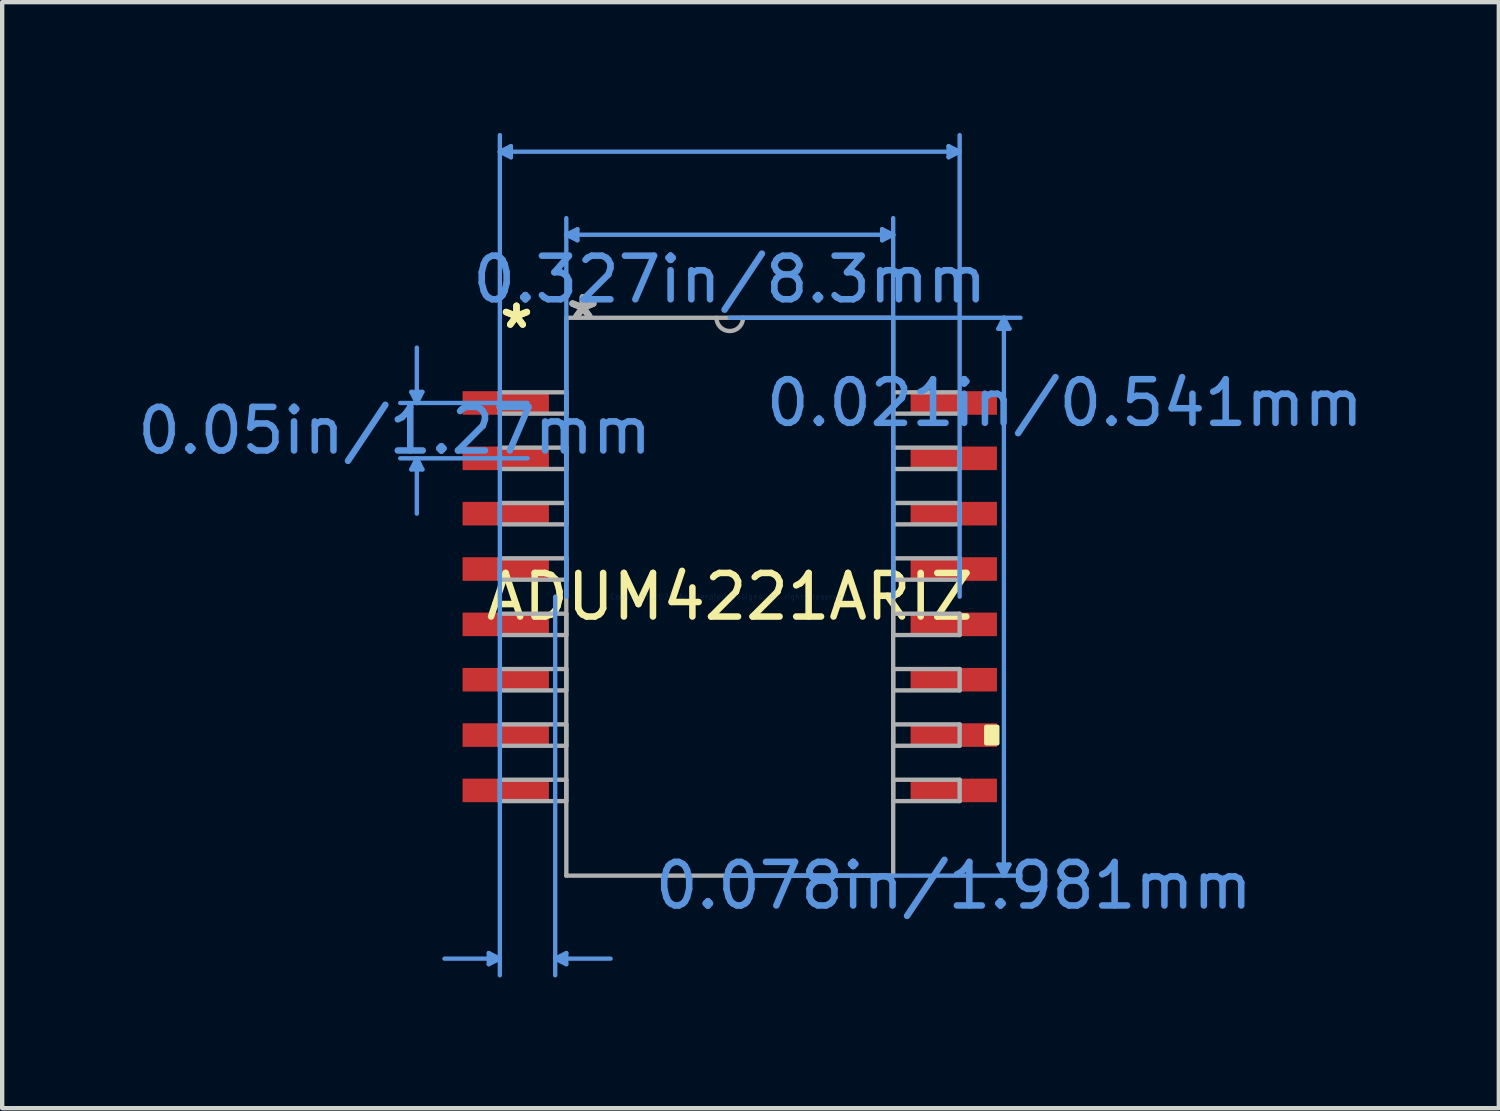
<source format=kicad_pcb>
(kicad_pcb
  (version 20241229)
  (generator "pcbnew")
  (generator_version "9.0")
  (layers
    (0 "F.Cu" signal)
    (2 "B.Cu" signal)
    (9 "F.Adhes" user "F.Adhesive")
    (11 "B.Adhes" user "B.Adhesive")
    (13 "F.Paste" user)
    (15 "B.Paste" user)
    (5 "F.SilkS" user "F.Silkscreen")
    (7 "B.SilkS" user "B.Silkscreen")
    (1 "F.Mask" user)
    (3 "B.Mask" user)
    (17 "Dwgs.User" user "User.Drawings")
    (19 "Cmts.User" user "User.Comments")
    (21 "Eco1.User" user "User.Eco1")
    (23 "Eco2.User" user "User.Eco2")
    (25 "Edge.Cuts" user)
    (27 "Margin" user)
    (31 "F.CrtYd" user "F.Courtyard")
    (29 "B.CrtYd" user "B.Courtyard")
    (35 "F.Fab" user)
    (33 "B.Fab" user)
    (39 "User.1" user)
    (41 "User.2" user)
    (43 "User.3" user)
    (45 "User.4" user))
  (footprint "ADUM4221ARIZ"
    (layer "F.Cu")
    (at 13.694 10.641)
    (property "Reference" "ADUM4221ARIZ" (at 0 0 0) (layer "F.SilkS") (effects (font (size 1 1) (thickness 0.15))))
    (attr through_hole)
    (fp_poly (pts (xy 6.139 2.985) (xy 6.139 3.365) (xy 5.885 3.365) (xy 5.885 2.985)) (stroke (width 0.1) (type solid)) (fill yes) (layer "F.SilkS"))
    (fp_line (start -7.307 -4.699) (end -7.053 -4.699) (stroke (width 0.1) (type solid)) (layer "Cmts.User"))
    (fp_line (start -7.307 -2.921) (end -7.053 -2.921) (stroke (width 0.1) (type solid)) (layer "Cmts.User"))
    (fp_line (start -7.18 -4.445) (end -7.307 -4.699) (stroke (width 0.1) (type solid)) (layer "Cmts.User"))
    (fp_line (start -7.18 -4.445) (end -7.18 -5.715) (stroke (width 0.1) (type solid)) (layer "Cmts.User"))
    (fp_line (start -7.18 -4.445) (end -7.053 -4.699) (stroke (width 0.1) (type solid)) (layer "Cmts.User"))
    (fp_line (start -7.18 -3.175) (end -7.307 -2.921) (stroke (width 0.1) (type solid)) (layer "Cmts.User"))
    (fp_line (start -7.18 -3.175) (end -7.18 -1.905) (stroke (width 0.1) (type solid)) (layer "Cmts.User"))
    (fp_line (start -7.18 -3.175) (end -7.053 -2.921) (stroke (width 0.1) (type solid)) (layer "Cmts.User"))
    (fp_line (start -5.529 8.178) (end -5.529 8.432) (stroke (width 0.1) (type solid)) (layer "Cmts.User"))
    (fp_line (start -5.275 -10.21) (end -5.021 -10.337) (stroke (width 0.1) (type solid)) (layer "Cmts.User"))
    (fp_line (start -5.275 -10.21) (end -5.021 -10.083) (stroke (width 0.1) (type solid)) (layer "Cmts.User"))
    (fp_line (start -5.275 -10.21) (end 5.275 -10.21) (stroke (width 0.1) (type solid)) (layer "Cmts.User"))
    (fp_line (start -5.275 0) (end -5.275 -10.591) (stroke (width 0.1) (type solid)) (layer "Cmts.User"))
    (fp_line (start -5.275 0) (end -5.275 8.686) (stroke (width 0.1) (type solid)) (layer "Cmts.User"))
    (fp_line (start -5.275 8.305) (end -6.545 8.305) (stroke (width 0.1) (type solid)) (layer "Cmts.User"))
    (fp_line (start -5.275 8.305) (end -5.529 8.178) (stroke (width 0.1) (type solid)) (layer "Cmts.User"))
    (fp_line (start -5.275 8.305) (end -5.529 8.432) (stroke (width 0.1) (type solid)) (layer "Cmts.User"))
    (fp_line (start -5.021 -10.337) (end -5.021 -10.083) (stroke (width 0.1) (type solid)) (layer "Cmts.User"))
    (fp_line (start -4.64 -4.445) (end -7.561 -4.445) (stroke (width 0.1) (type solid)) (layer "Cmts.User"))
    (fp_line (start -4.64 -3.175) (end -7.561 -3.175) (stroke (width 0.1) (type solid)) (layer "Cmts.User"))
    (fp_line (start -4.005 0) (end -4.005 8.686) (stroke (width 0.1) (type solid)) (layer "Cmts.User"))
    (fp_line (start -4.005 8.305) (end -3.751 8.178) (stroke (width 0.1) (type solid)) (layer "Cmts.User"))
    (fp_line (start -4.005 8.305) (end -3.751 8.432) (stroke (width 0.1) (type solid)) (layer "Cmts.User"))
    (fp_line (start -4.005 8.305) (end -2.735 8.305) (stroke (width 0.1) (type solid)) (layer "Cmts.User"))
    (fp_line (start -3.751 8.178) (end -3.751 8.432) (stroke (width 0.1) (type solid)) (layer "Cmts.User"))
    (fp_line (start -3.75 -8.305) (end -3.496 -8.432) (stroke (width 0.1) (type solid)) (layer "Cmts.User"))
    (fp_line (start -3.75 -8.305) (end -3.496 -8.178) (stroke (width 0.1) (type solid)) (layer "Cmts.User"))
    (fp_line (start -3.75 -8.305) (end 3.75 -8.305) (stroke (width 0.1) (type solid)) (layer "Cmts.User"))
    (fp_line (start -3.75 0) (end -3.75 -8.686) (stroke (width 0.1) (type solid)) (layer "Cmts.User"))
    (fp_line (start -3.496 -8.432) (end -3.496 -8.178) (stroke (width 0.1) (type solid)) (layer "Cmts.User"))
    (fp_line (start 0 -6.4) (end 6.671 -6.4) (stroke (width 0.1) (type solid)) (layer "Cmts.User"))
    (fp_line (start 0 6.4) (end 6.671 6.4) (stroke (width 0.1) (type solid)) (layer "Cmts.User"))
    (fp_line (start 3.496 -8.432) (end 3.496 -8.178) (stroke (width 0.1) (type solid)) (layer "Cmts.User"))
    (fp_line (start 3.75 -8.305) (end 3.496 -8.432) (stroke (width 0.1) (type solid)) (layer "Cmts.User"))
    (fp_line (start 3.75 -8.305) (end 3.496 -8.178) (stroke (width 0.1) (type solid)) (layer "Cmts.User"))
    (fp_line (start 3.75 0) (end 3.75 -8.686) (stroke (width 0.1) (type solid)) (layer "Cmts.User"))
    (fp_line (start 5.021 -10.337) (end 5.021 -10.083) (stroke (width 0.1) (type solid)) (layer "Cmts.User"))
    (fp_line (start 5.275 -10.21) (end 5.021 -10.337) (stroke (width 0.1) (type solid)) (layer "Cmts.User"))
    (fp_line (start 5.275 -10.21) (end 5.021 -10.083) (stroke (width 0.1) (type solid)) (layer "Cmts.User"))
    (fp_line (start 5.275 0) (end 5.275 -10.591) (stroke (width 0.1) (type solid)) (layer "Cmts.User"))
    (fp_line (start 6.163 -6.146) (end 6.417 -6.146) (stroke (width 0.1) (type solid)) (layer "Cmts.User"))
    (fp_line (start 6.163 6.146) (end 6.417 6.146) (stroke (width 0.1) (type solid)) (layer "Cmts.User"))
    (fp_line (start 6.29 -6.4) (end 6.163 -6.146) (stroke (width 0.1) (type solid)) (layer "Cmts.User"))
    (fp_line (start 6.29 -6.4) (end 6.29 6.4) (stroke (width 0.1) (type solid)) (layer "Cmts.User"))
    (fp_line (start 6.29 -6.4) (end 6.417 -6.146) (stroke (width 0.1) (type solid)) (layer "Cmts.User"))
    (fp_line (start 6.29 6.4) (end 6.163 6.146) (stroke (width 0.1) (type solid)) (layer "Cmts.User"))
    (fp_line (start 6.29 6.4) (end 6.417 6.146) (stroke (width 0.1) (type solid)) (layer "Cmts.User"))
    (fp_line (start -5.275 -4.69) (end -5.275 -4.2) (stroke (width 0.1) (type solid)) (layer "F.Fab"))
    (fp_line (start -5.275 -4.2) (end -3.75 -4.2) (stroke (width 0.1) (type solid)) (layer "F.Fab"))
    (fp_line (start -5.275 -3.42) (end -5.275 -2.93) (stroke (width 0.1) (type solid)) (layer "F.Fab"))
    (fp_line (start -5.275 -2.93) (end -3.75 -2.93) (stroke (width 0.1) (type solid)) (layer "F.Fab"))
    (fp_line (start -5.275 -2.15) (end -5.275 -1.66) (stroke (width 0.1) (type solid)) (layer "F.Fab"))
    (fp_line (start -5.275 -1.66) (end -3.75 -1.66) (stroke (width 0.1) (type solid)) (layer "F.Fab"))
    (fp_line (start -5.275 -0.88) (end -5.275 -0.39) (stroke (width 0.1) (type solid)) (layer "F.Fab"))
    (fp_line (start -5.275 -0.39) (end -3.75 -0.39) (stroke (width 0.1) (type solid)) (layer "F.Fab"))
    (fp_line (start -5.275 0.39) (end -5.275 0.88) (stroke (width 0.1) (type solid)) (layer "F.Fab"))
    (fp_line (start -5.275 0.88) (end -3.75 0.88) (stroke (width 0.1) (type solid)) (layer "F.Fab"))
    (fp_line (start -5.275 1.66) (end -5.275 2.15) (stroke (width 0.1) (type solid)) (layer "F.Fab"))
    (fp_line (start -5.275 2.15) (end -3.75 2.15) (stroke (width 0.1) (type solid)) (layer "F.Fab"))
    (fp_line (start -5.275 2.93) (end -5.275 3.42) (stroke (width 0.1) (type solid)) (layer "F.Fab"))
    (fp_line (start -5.275 3.42) (end -3.75 3.42) (stroke (width 0.1) (type solid)) (layer "F.Fab"))
    (fp_line (start -5.275 4.2) (end -5.275 4.69) (stroke (width 0.1) (type solid)) (layer "F.Fab"))
    (fp_line (start -5.275 4.69) (end -3.75 4.69) (stroke (width 0.1) (type solid)) (layer "F.Fab"))
    (fp_line (start -3.75 -6.4) (end -3.75 6.4) (stroke (width 0.1) (type solid)) (layer "F.Fab"))
    (fp_line (start -3.75 -4.69) (end -5.275 -4.69) (stroke (width 0.1) (type solid)) (layer "F.Fab"))
    (fp_line (start -3.75 -4.2) (end -3.75 -4.69) (stroke (width 0.1) (type solid)) (layer "F.Fab"))
    (fp_line (start -3.75 -3.42) (end -5.275 -3.42) (stroke (width 0.1) (type solid)) (layer "F.Fab"))
    (fp_line (start -3.75 -2.93) (end -3.75 -3.42) (stroke (width 0.1) (type solid)) (layer "F.Fab"))
    (fp_line (start -3.75 -2.15) (end -5.275 -2.15) (stroke (width 0.1) (type solid)) (layer "F.Fab"))
    (fp_line (start -3.75 -1.66) (end -3.75 -2.15) (stroke (width 0.1) (type solid)) (layer "F.Fab"))
    (fp_line (start -3.75 -0.88) (end -5.275 -0.88) (stroke (width 0.1) (type solid)) (layer "F.Fab"))
    (fp_line (start -3.75 -0.39) (end -3.75 -0.88) (stroke (width 0.1) (type solid)) (layer "F.Fab"))
    (fp_line (start -3.75 0.39) (end -5.275 0.39) (stroke (width 0.1) (type solid)) (layer "F.Fab"))
    (fp_line (start -3.75 0.88) (end -3.75 0.39) (stroke (width 0.1) (type solid)) (layer "F.Fab"))
    (fp_line (start -3.75 1.66) (end -5.275 1.66) (stroke (width 0.1) (type solid)) (layer "F.Fab"))
    (fp_line (start -3.75 2.15) (end -3.75 1.66) (stroke (width 0.1) (type solid)) (layer "F.Fab"))
    (fp_line (start -3.75 2.93) (end -5.275 2.93) (stroke (width 0.1) (type solid)) (layer "F.Fab"))
    (fp_line (start -3.75 3.42) (end -3.75 2.93) (stroke (width 0.1) (type solid)) (layer "F.Fab"))
    (fp_line (start -3.75 4.2) (end -5.275 4.2) (stroke (width 0.1) (type solid)) (layer "F.Fab"))
    (fp_line (start -3.75 4.69) (end -3.75 4.2) (stroke (width 0.1) (type solid)) (layer "F.Fab"))
    (fp_line (start -3.75 6.4) (end 3.75 6.4) (stroke (width 0.1) (type solid)) (layer "F.Fab"))
    (fp_line (start 3.75 -6.4) (end -3.75 -6.4) (stroke (width 0.1) (type solid)) (layer "F.Fab"))
    (fp_line (start 3.75 -4.69) (end 3.75 -4.2) (stroke (width 0.1) (type solid)) (layer "F.Fab"))
    (fp_line (start 3.75 -4.2) (end 5.275 -4.2) (stroke (width 0.1) (type solid)) (layer "F.Fab"))
    (fp_line (start 3.75 -3.42) (end 3.75 -2.93) (stroke (width 0.1) (type solid)) (layer "F.Fab"))
    (fp_line (start 3.75 -2.93) (end 5.275 -2.93) (stroke (width 0.1) (type solid)) (layer "F.Fab"))
    (fp_line (start 3.75 -2.15) (end 3.75 -1.66) (stroke (width 0.1) (type solid)) (layer "F.Fab"))
    (fp_line (start 3.75 -1.66) (end 5.275 -1.66) (stroke (width 0.1) (type solid)) (layer "F.Fab"))
    (fp_line (start 3.75 -0.88) (end 3.75 -0.39) (stroke (width 0.1) (type solid)) (layer "F.Fab"))
    (fp_line (start 3.75 -0.39) (end 5.275 -0.39) (stroke (width 0.1) (type solid)) (layer "F.Fab"))
    (fp_line (start 3.75 0.39) (end 3.75 0.88) (stroke (width 0.1) (type solid)) (layer "F.Fab"))
    (fp_line (start 3.75 0.88) (end 5.275 0.88) (stroke (width 0.1) (type solid)) (layer "F.Fab"))
    (fp_line (start 3.75 1.66) (end 3.75 2.15) (stroke (width 0.1) (type solid)) (layer "F.Fab"))
    (fp_line (start 3.75 2.15) (end 5.275 2.15) (stroke (width 0.1) (type solid)) (layer "F.Fab"))
    (fp_line (start 3.75 2.93) (end 3.75 3.42) (stroke (width 0.1) (type solid)) (layer "F.Fab"))
    (fp_line (start 3.75 3.42) (end 5.275 3.42) (stroke (width 0.1) (type solid)) (layer "F.Fab"))
    (fp_line (start 3.75 4.2) (end 3.75 4.69) (stroke (width 0.1) (type solid)) (layer "F.Fab"))
    (fp_line (start 3.75 4.69) (end 5.275 4.69) (stroke (width 0.1) (type solid)) (layer "F.Fab"))
    (fp_line (start 3.75 6.4) (end 3.75 -6.4) (stroke (width 0.1) (type solid)) (layer "F.Fab"))
    (fp_line (start 5.275 -4.69) (end 3.75 -4.69) (stroke (width 0.1) (type solid)) (layer "F.Fab"))
    (fp_line (start 5.275 -4.2) (end 5.275 -4.69) (stroke (width 0.1) (type solid)) (layer "F.Fab"))
    (fp_line (start 5.275 -3.42) (end 3.75 -3.42) (stroke (width 0.1) (type solid)) (layer "F.Fab"))
    (fp_line (start 5.275 -2.93) (end 5.275 -3.42) (stroke (width 0.1) (type solid)) (layer "F.Fab"))
    (fp_line (start 5.275 -2.15) (end 3.75 -2.15) (stroke (width 0.1) (type solid)) (layer "F.Fab"))
    (fp_line (start 5.275 -1.66) (end 5.275 -2.15) (stroke (width 0.1) (type solid)) (layer "F.Fab"))
    (fp_line (start 5.275 -0.88) (end 3.75 -0.88) (stroke (width 0.1) (type solid)) (layer "F.Fab"))
    (fp_line (start 5.275 -0.39) (end 5.275 -0.88) (stroke (width 0.1) (type solid)) (layer "F.Fab"))
    (fp_line (start 5.275 0.39) (end 3.75 0.39) (stroke (width 0.1) (type solid)) (layer "F.Fab"))
    (fp_line (start 5.275 0.88) (end 5.275 0.39) (stroke (width 0.1) (type solid)) (layer "F.Fab"))
    (fp_line (start 5.275 1.66) (end 3.75 1.66) (stroke (width 0.1) (type solid)) (layer "F.Fab"))
    (fp_line (start 5.275 2.15) (end 5.275 1.66) (stroke (width 0.1) (type solid)) (layer "F.Fab"))
    (fp_line (start 5.275 2.93) (end 3.75 2.93) (stroke (width 0.1) (type solid)) (layer "F.Fab"))
    (fp_line (start 5.275 3.42) (end 5.275 2.93) (stroke (width 0.1) (type solid)) (layer "F.Fab"))
    (fp_line (start 5.275 4.2) (end 3.75 4.2) (stroke (width 0.1) (type solid)) (layer "F.Fab"))
    (fp_line (start 5.275 4.69) (end 5.275 4.2) (stroke (width 0.1) (type solid)) (layer "F.Fab"))
    (fp_arc (start 0.3048 -6.4) (mid 0 -6.0952) (end -0.3048 -6.4) (stroke (width 0.1) (type solid)) (layer "F.Fab"))
    (fp_text user "*" (at -4.894 -6.129 0) (layer "F.SilkS") (effects (font (size 1 1) (thickness 0.15))))
    (fp_text user "*" (at -4.894 -6.129 0) (layer "F.SilkS") (effects (font (size 1 1) (thickness 0.15))))
    (fp_text user "0.078in/1.981mm" (at 5.14 6.63 0) (layer "Cmts.User") (effects (font (size 1 1) (thickness 0.15))))
    (fp_text user "0.327in/8.3mm" (at -0.000009 -7.279 0) (layer "Cmts.User") (effects (font (size 1 1) (thickness 0.15))))
    (fp_text user "Copyright 2021 Accelerated Designs. All rights reserved." (at 0 0 0) (layer "Cmts.User") (effects (font (size 0.127 0.127) (thickness 0.002))))
    (fp_text user "0.05in/1.27mm" (at -7.688 -3.81 0) (layer "Cmts.User") (effects (font (size 1 1) (thickness 0.15))))
    (fp_text user "0.021in/0.541mm" (at 7.688 -4.445 0) (layer "Cmts.User") (effects (font (size 1 1) (thickness 0.15))))
    (fp_text user "*" (at -3.369 -6.324 0) (layer "F.Fab") (effects (font (size 1 1) (thickness 0.15))))
    (fp_text user "*" (at -3.369 -6.324 0) (layer "F.Fab") (effects (font (size 1 1) (thickness 0.15))))
    (pad "1" smd rect (at -5.14 -4.445) (size 1.981 0.541) (layers "F.Cu" "F.Mask" "F.Paste"))
    (pad "2" smd rect (at -5.14 -3.175) (size 1.981 0.541) (layers "F.Cu" "F.Mask" "F.Paste"))
    (pad "3" smd rect (at -5.14 -1.905) (size 1.981 0.541) (layers "F.Cu" "F.Mask" "F.Paste"))
    (pad "4" smd rect (at -5.14 -0.635) (size 1.981 0.541) (layers "F.Cu" "F.Mask" "F.Paste"))
    (pad "5" smd rect (at -5.14 0.635) (size 1.981 0.541) (layers "F.Cu" "F.Mask" "F.Paste"))
    (pad "6" smd rect (at -5.14 1.905) (size 1.981 0.541) (layers "F.Cu" "F.Mask" "F.Paste"))
    (pad "7" smd rect (at -5.14 3.175) (size 1.981 0.541) (layers "F.Cu" "F.Mask" "F.Paste"))
    (pad "8" smd rect (at -5.14 4.445) (size 1.981 0.541) (layers "F.Cu" "F.Mask" "F.Paste"))
    (pad "9" smd rect (at 5.14 4.445) (size 1.981 0.541) (layers "F.Cu" "F.Mask" "F.Paste"))
    (pad "10" smd rect (at 5.14 3.175) (size 1.981 0.541) (layers "F.Cu" "F.Mask" "F.Paste"))
    (pad "11" smd rect (at 5.14 1.905) (size 1.981 0.541) (layers "F.Cu" "F.Mask" "F.Paste"))
    (pad "12" smd rect (at 5.14 0.635) (size 1.981 0.541) (layers "F.Cu" "F.Mask" "F.Paste"))
    (pad "13" smd rect (at 5.14 -0.635) (size 1.981 0.541) (layers "F.Cu" "F.Mask" "F.Paste"))
    (pad "14" smd rect (at 5.14 -1.905) (size 1.981 0.541) (layers "F.Cu" "F.Mask" "F.Paste"))
    (pad "15" smd rect (at 5.14 -3.175) (size 1.981 0.541) (layers "F.Cu" "F.Mask" "F.Paste"))
    (pad "16" smd rect (at 5.14 -4.445) (size 1.981 0.541) (layers "F.Cu" "F.Mask" "F.Paste")))
  (gr_rect
    (start -3 -3)
    (end 31.34 22.377)
    (stroke (width 0.1) (type default))
    (fill no)
    (layer "Edge.Cuts")))
</source>
